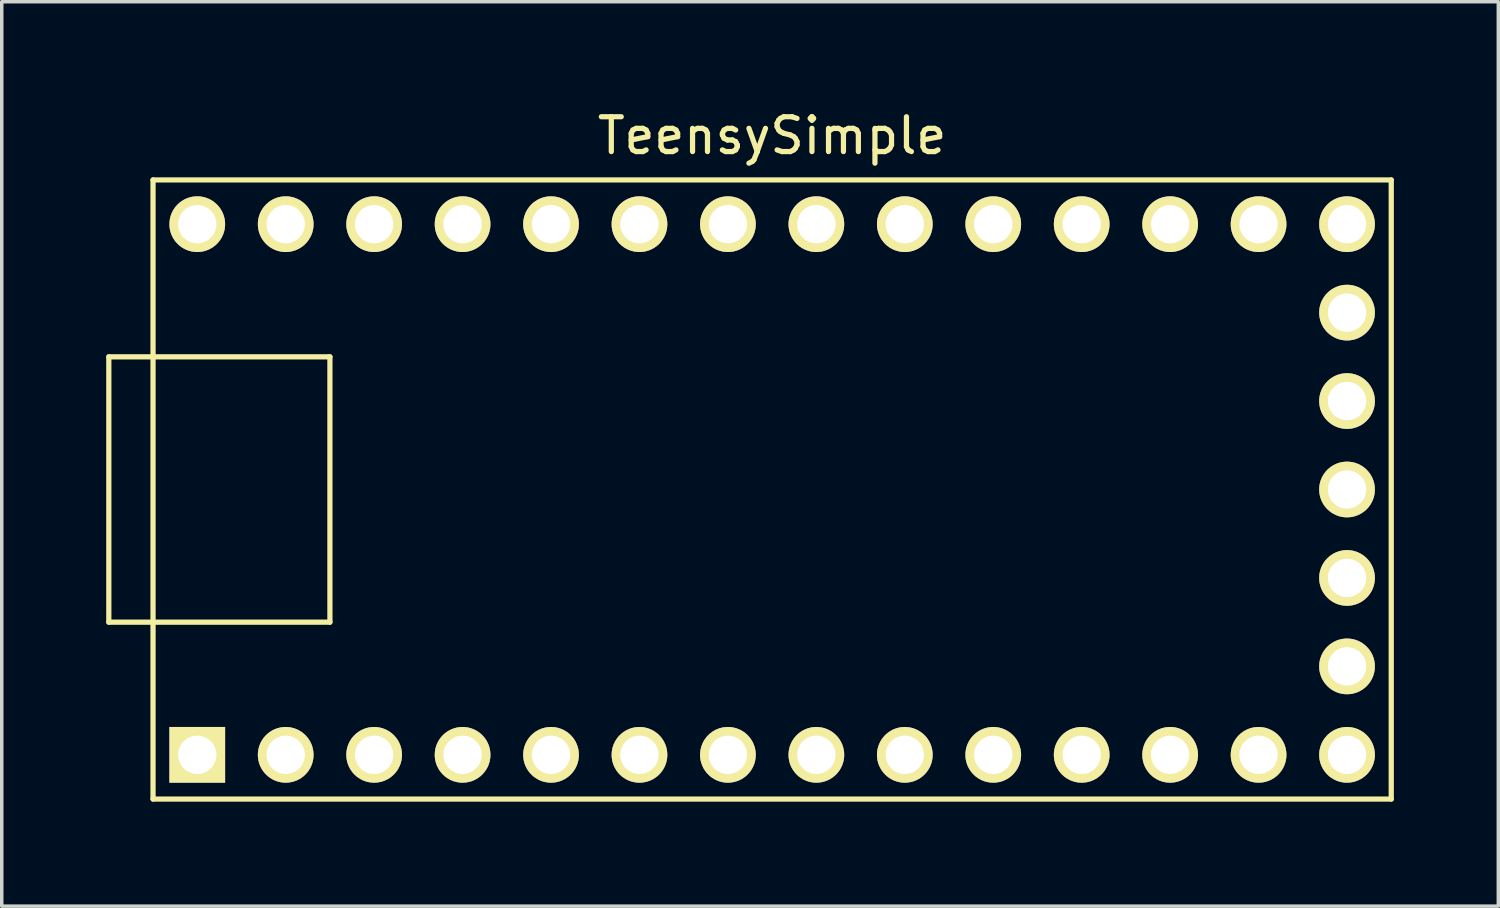
<source format=kicad_pcb>
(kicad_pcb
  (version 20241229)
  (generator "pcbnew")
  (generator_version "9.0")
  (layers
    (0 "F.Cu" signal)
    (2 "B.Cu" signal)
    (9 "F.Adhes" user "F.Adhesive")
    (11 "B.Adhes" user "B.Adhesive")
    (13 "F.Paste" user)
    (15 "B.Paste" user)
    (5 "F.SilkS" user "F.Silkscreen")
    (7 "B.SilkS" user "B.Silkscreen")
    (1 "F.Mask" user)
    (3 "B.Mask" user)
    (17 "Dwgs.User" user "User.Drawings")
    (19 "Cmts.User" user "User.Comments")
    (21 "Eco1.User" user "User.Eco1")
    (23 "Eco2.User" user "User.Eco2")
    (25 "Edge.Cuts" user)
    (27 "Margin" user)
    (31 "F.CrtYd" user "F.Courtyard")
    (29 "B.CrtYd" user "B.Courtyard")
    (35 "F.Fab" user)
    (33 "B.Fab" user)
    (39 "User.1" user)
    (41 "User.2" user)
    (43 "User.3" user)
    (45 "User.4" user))
  (footprint "TeensySimple"
    (layer "F.Cu")
    (at 19.125 11.008)
    (property "Reference" "TeensySimple" (at 0 -10.16 0) (layer "F.SilkS") (effects (font (size 1 1) (thickness 0.15))))
    (attr through_hole)
    (fp_line (start -19.05 -3.81) (end -17.78 -3.81) (stroke (width 0.15) (type solid)) (layer "F.SilkS"))
    (fp_line (start -19.05 3.81) (end -19.05 -3.81) (stroke (width 0.15) (type solid)) (layer "F.SilkS"))
    (fp_line (start -17.78 -8.89) (end 17.78 -8.89) (stroke (width 0.15) (type solid)) (layer "F.SilkS"))
    (fp_line (start -17.78 3.81) (end -19.05 3.81) (stroke (width 0.15) (type solid)) (layer "F.SilkS"))
    (fp_line (start -17.78 8.89) (end -17.78 -8.89) (stroke (width 0.15) (type solid)) (layer "F.SilkS"))
    (fp_line (start -12.7 -3.81) (end -17.78 -3.81) (stroke (width 0.15) (type solid)) (layer "F.SilkS"))
    (fp_line (start -12.7 3.81) (end -17.78 3.81) (stroke (width 0.15) (type solid)) (layer "F.SilkS"))
    (fp_line (start -12.7 3.81) (end -12.7 -3.81) (stroke (width 0.15) (type solid)) (layer "F.SilkS"))
    (fp_line (start 17.78 -8.89) (end 17.78 8.89) (stroke (width 0.15) (type solid)) (layer "F.SilkS"))
    (fp_line (start 17.78 8.89) (end -17.78 8.89) (stroke (width 0.15) (type solid)) (layer "F.SilkS"))
    (pad "1" thru_hole rect (at -16.51 7.62) (size 1.6 1.6) (drill 1.1) (layers "*.Cu" "*.Mask" "F.SilkS"))
    (pad "2" thru_hole circle (at -13.97 7.62) (size 1.6 1.6) (drill 1.1) (layers "*.Cu" "*.Mask" "F.SilkS"))
    (pad "3" thru_hole circle (at -11.43 7.62) (size 1.6 1.6) (drill 1.1) (layers "*.Cu" "*.Mask" "F.SilkS"))
    (pad "4" thru_hole circle (at -8.89 7.62) (size 1.6 1.6) (drill 1.1) (layers "*.Cu" "*.Mask" "F.SilkS"))
    (pad "5" thru_hole circle (at -6.35 7.62) (size 1.6 1.6) (drill 1.1) (layers "*.Cu" "*.Mask" "F.SilkS"))
    (pad "6" thru_hole circle (at -3.81 7.62) (size 1.6 1.6) (drill 1.1) (layers "*.Cu" "*.Mask" "F.SilkS"))
    (pad "7" thru_hole circle (at -1.27 7.62) (size 1.6 1.6) (drill 1.1) (layers "*.Cu" "*.Mask" "F.SilkS"))
    (pad "8" thru_hole circle (at 1.27 7.62) (size 1.6 1.6) (drill 1.1) (layers "*.Cu" "*.Mask" "F.SilkS"))
    (pad "9" thru_hole circle (at 3.81 7.62) (size 1.6 1.6) (drill 1.1) (layers "*.Cu" "*.Mask" "F.SilkS"))
    (pad "10" thru_hole circle (at 6.35 7.62) (size 1.6 1.6) (drill 1.1) (layers "*.Cu" "*.Mask" "F.SilkS"))
    (pad "11" thru_hole circle (at 8.89 7.62) (size 1.6 1.6) (drill 1.1) (layers "*.Cu" "*.Mask" "F.SilkS"))
    (pad "12" thru_hole circle (at 11.43 7.62) (size 1.6 1.6) (drill 1.1) (layers "*.Cu" "*.Mask" "F.SilkS"))
    (pad "13" thru_hole circle (at 13.97 7.62) (size 1.6 1.6) (drill 1.1) (layers "*.Cu" "*.Mask" "F.SilkS"))
    (pad "14" thru_hole circle (at 16.51 7.62) (size 1.6 1.6) (drill 1.1) (layers "*.Cu" "*.Mask" "F.SilkS"))
    (pad "15" thru_hole circle (at 16.51 5.08) (size 1.6 1.6) (drill 1.1) (layers "*.Cu" "*.Mask" "F.SilkS"))
    (pad "16" thru_hole circle (at 16.51 2.54) (size 1.6 1.6) (drill 1.1) (layers "*.Cu" "*.Mask" "F.SilkS"))
    (pad "17" thru_hole circle (at 16.51 0) (size 1.6 1.6) (drill 1.1) (layers "*.Cu" "*.Mask" "F.SilkS"))
    (pad "18" thru_hole circle (at 16.51 -2.54) (size 1.6 1.6) (drill 1.1) (layers "*.Cu" "*.Mask" "F.SilkS"))
    (pad "19" thru_hole circle (at 16.51 -5.08) (size 1.6 1.6) (drill 1.1) (layers "*.Cu" "*.Mask" "F.SilkS"))
    (pad "20" thru_hole circle (at 16.51 -7.62) (size 1.6 1.6) (drill 1.1) (layers "*.Cu" "*.Mask" "F.SilkS"))
    (pad "21" thru_hole circle (at 13.97 -7.62) (size 1.6 1.6) (drill 1.1) (layers "*.Cu" "*.Mask" "F.SilkS"))
    (pad "22" thru_hole circle (at 11.43 -7.62) (size 1.6 1.6) (drill 1.1) (layers "*.Cu" "*.Mask" "F.SilkS"))
    (pad "23" thru_hole circle (at 8.89 -7.62) (size 1.6 1.6) (drill 1.1) (layers "*.Cu" "*.Mask" "F.SilkS"))
    (pad "24" thru_hole circle (at 6.35 -7.62) (size 1.6 1.6) (drill 1.1) (layers "*.Cu" "*.Mask" "F.SilkS"))
    (pad "25" thru_hole circle (at 3.81 -7.62) (size 1.6 1.6) (drill 1.1) (layers "*.Cu" "*.Mask" "F.SilkS"))
    (pad "26" thru_hole circle (at 1.27 -7.62) (size 1.6 1.6) (drill 1.1) (layers "*.Cu" "*.Mask" "F.SilkS"))
    (pad "27" thru_hole circle (at -1.27 -7.62) (size 1.6 1.6) (drill 1.1) (layers "*.Cu" "*.Mask" "F.SilkS"))
    (pad "28" thru_hole circle (at -3.81 -7.62) (size 1.6 1.6) (drill 1.1) (layers "*.Cu" "*.Mask" "F.SilkS"))
    (pad "29" thru_hole circle (at -6.35 -7.62) (size 1.6 1.6) (drill 1.1) (layers "*.Cu" "*.Mask" "F.SilkS"))
    (pad "30" thru_hole circle (at -8.89 -7.62) (size 1.6 1.6) (drill 1.1) (layers "*.Cu" "*.Mask" "F.SilkS"))
    (pad "31" thru_hole circle (at -11.43 -7.62) (size 1.6 1.6) (drill 1.1) (layers "*.Cu" "*.Mask" "F.SilkS"))
    (pad "32" thru_hole circle (at -13.97 -7.62) (size 1.6 1.6) (drill 1.1) (layers "*.Cu" "*.Mask" "F.SilkS"))
    (pad "33" thru_hole circle (at -16.51 -7.62) (size 1.6 1.6) (drill 1.1) (layers "*.Cu" "*.Mask" "F.SilkS")))
  (gr_rect
    (start -3 -3)
    (end 39.98 22.973)
    (stroke (width 0.1) (type default))
    (fill no)
    (layer "Edge.Cuts")))
</source>
